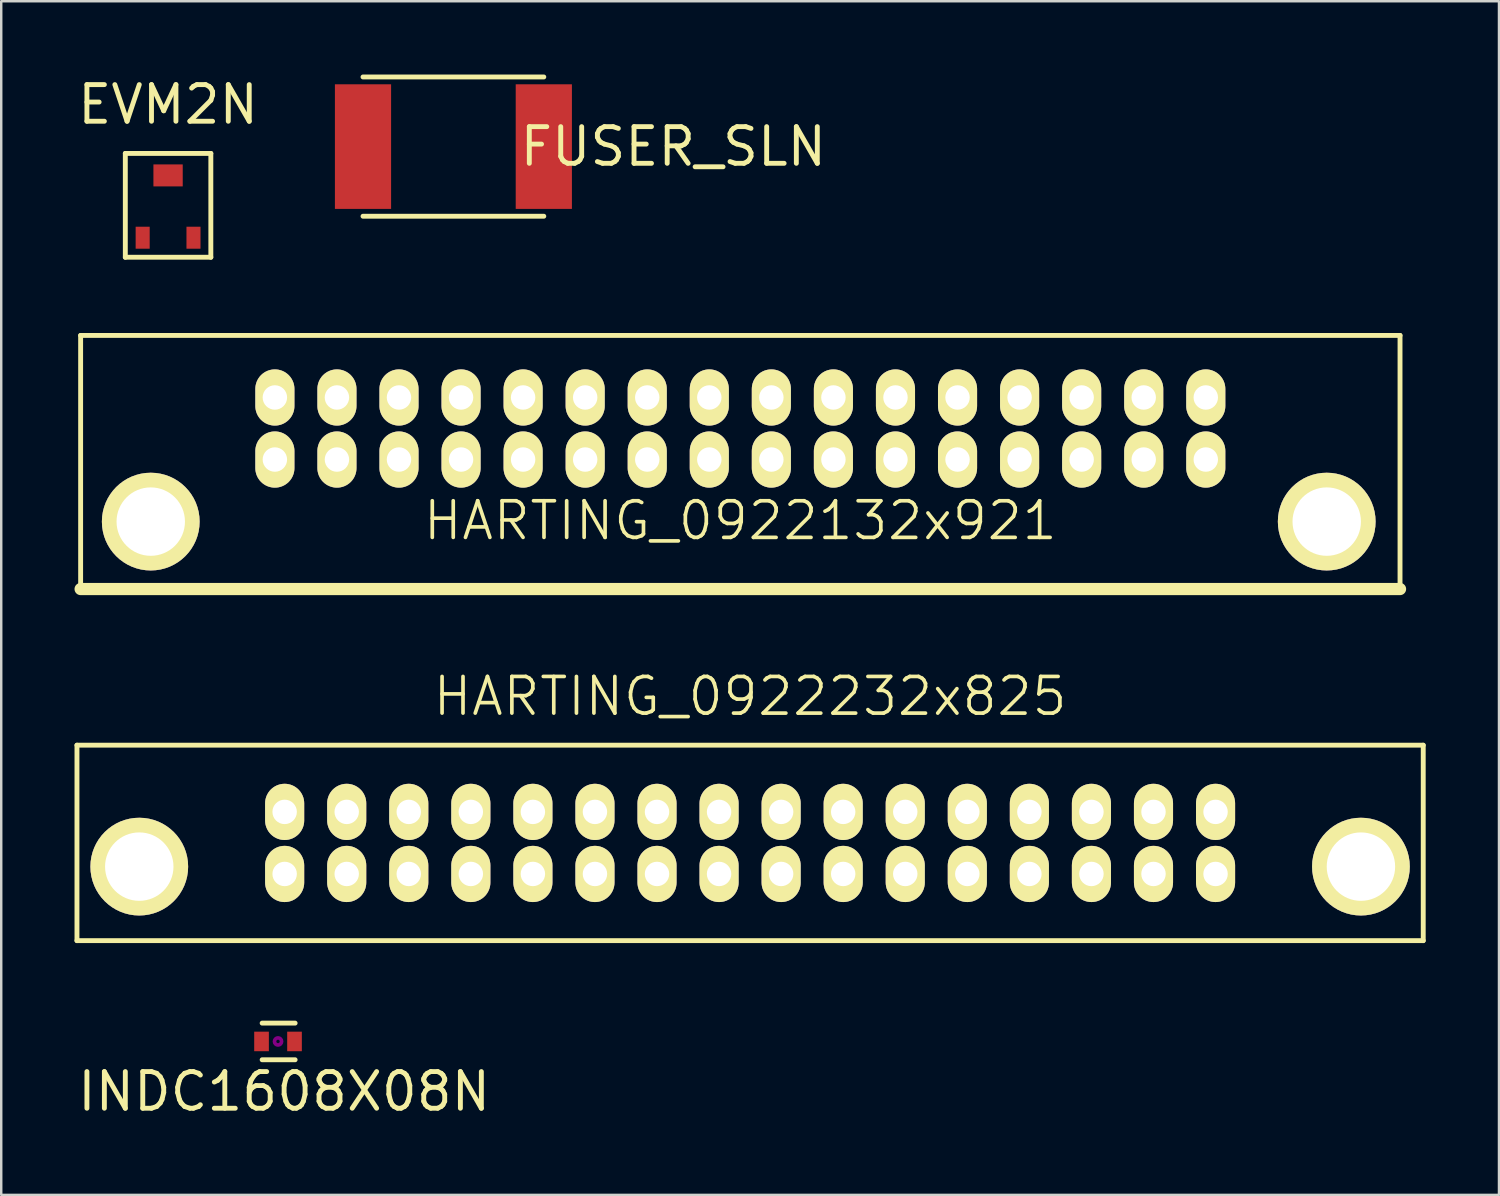
<source format=kicad_pcb>
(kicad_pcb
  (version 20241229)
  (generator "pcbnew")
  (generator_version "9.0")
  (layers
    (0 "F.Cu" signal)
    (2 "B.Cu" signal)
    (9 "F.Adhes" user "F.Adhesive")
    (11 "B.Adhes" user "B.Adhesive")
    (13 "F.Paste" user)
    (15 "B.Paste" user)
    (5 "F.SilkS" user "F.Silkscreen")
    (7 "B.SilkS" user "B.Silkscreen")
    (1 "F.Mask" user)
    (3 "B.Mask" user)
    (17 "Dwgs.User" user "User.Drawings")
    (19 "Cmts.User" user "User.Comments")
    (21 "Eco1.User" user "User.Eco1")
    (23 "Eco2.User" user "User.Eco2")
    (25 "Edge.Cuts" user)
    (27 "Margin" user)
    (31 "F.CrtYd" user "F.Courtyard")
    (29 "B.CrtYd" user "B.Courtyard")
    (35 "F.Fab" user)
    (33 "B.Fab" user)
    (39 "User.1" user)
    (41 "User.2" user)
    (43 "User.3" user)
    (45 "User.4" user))
  (footprint "INDC1608X08N"
    (layer "F.Cu")
    (at 8.329 39.574)
    (property "Reference" "INDC1608X08N" (at 0.25 2.05 0) (layer "F.SilkS") (effects (font (size 1.5 1.5) (thickness 0.2))))
    (attr through_hole)
    (fp_line (start -0.65 -0.75) (end 0.7 -0.75) (stroke (width 0.2) (type solid)) (layer "F.SilkS"))
    (fp_line (start -0.65 0.75) (end 0.7 0.75) (stroke (width 0.2) (type solid)) (layer "F.SilkS"))
    (fp_circle (center 0 0) (end 0.05 -0.05) (stroke (width 0.15) (type solid)) (fill no) (layer "F.Adhes"))
    (fp_line (start -1.25 -1) (end 1.25 -1) (stroke (width 0.05) (type solid)) (layer "Margin"))
    (fp_line (start -1.25 1.1) (end -1.25 -1) (stroke (width 0.05) (type solid)) (layer "Margin"))
    (fp_line (start 1.25 -1) (end 1.25 1.1) (stroke (width 0.05) (type solid)) (layer "Margin"))
    (fp_line (start 1.25 1.1) (end -1.25 1.1) (stroke (width 0.05) (type solid)) (layer "Margin"))
    (pad "1" smd rect (at -0.675 0) (size 0.6 0.8) (layers "F.Cu" "F.Mask" "F.Paste"))
    (pad "2" smd rect (at 0.675 0) (size 0.6 0.8) (layers "F.Cu" "F.Mask" "F.Paste")))
  (footprint "FUSER_SLN"
    (layer "F.Cu")
    (at 15.507 2.95)
    (property "Reference" "FUSER_SLN" (at 9 0 0) (layer "F.SilkS") (effects (font (size 1.5 1.5) (thickness 0.2))))
    (attr through_hole)
    (fp_line (start -3.7 -2.85) (end 3.7 -2.85) (stroke (width 0.2) (type solid)) (layer "F.SilkS"))
    (fp_line (start -3.7 2.85) (end 3.7 2.85) (stroke (width 0.2) (type solid)) (layer "F.SilkS"))
    (pad "1" smd rect (at -3.7 0) (size 2.3 5.1) (layers "F.Cu" "F.Mask" "F.Paste"))
    (pad "2" smd rect (at 3.7 0) (size 2.3 5.1) (layers "F.Cu" "F.Mask" "F.Paste")))
  (footprint "HARTING_0922132x921"
    (layer "F.Cu")
    (at 27.25 15.758)
    (property "Reference" "HARTING_0922132x921" (at 0 2.5 0) (layer "F.SilkS") (effects (font (size 1.5 1.5) (thickness 0.15))))
    (attr through_hole)
    (fp_line (start -27 -5.08) (end -27 5.3) (stroke (width 0.2) (type solid)) (layer "F.SilkS"))
    (fp_line (start -27 -5.08) (end 27 -5.08) (stroke (width 0.2) (type solid)) (layer "F.SilkS"))
    (fp_line (start -27 5.3) (end 27 5.3) (stroke (width 0.5) (type solid)) (layer "F.SilkS"))
    (fp_line (start 27 -5.08) (end 27 5.3) (stroke (width 0.2) (type solid)) (layer "F.SilkS"))
    (pad "" np_thru_hole circle (at -24.13 2.54) (size 4 4) (drill 2.8) (layers "*.Cu" "*.Mask" "F.SilkS"))
    (pad "" np_thru_hole circle (at 24 2.54) (size 4 4) (drill 2.8) (layers "*.Cu" "*.Mask" "F.SilkS"))
    (pad "A1" thru_hole oval (at 19.05 0) (size 1.6 2.3) (drill 1) (layers "*.Cu" "*.Mask" "F.SilkS"))
    (pad "A2" thru_hole oval (at 16.51 0) (size 1.6 2.3) (drill 1) (layers "*.Cu" "*.Mask" "F.SilkS"))
    (pad "A3" thru_hole oval (at 13.97 0) (size 1.6 2.3) (drill 1) (layers "*.Cu" "*.Mask" "F.SilkS"))
    (pad "A4" thru_hole oval (at 11.43 0) (size 1.6 2.3) (drill 1) (layers "*.Cu" "*.Mask" "F.SilkS"))
    (pad "A5" thru_hole oval (at 8.89 0) (size 1.6 2.3) (drill 1) (layers "*.Cu" "*.Mask" "F.SilkS"))
    (pad "A6" thru_hole oval (at 6.35 0) (size 1.6 2.3) (drill 1) (layers "*.Cu" "*.Mask" "F.SilkS"))
    (pad "A7" thru_hole oval (at 3.81 0) (size 1.6 2.3) (drill 1) (layers "*.Cu" "*.Mask" "F.SilkS"))
    (pad "A8" thru_hole oval (at 1.27 0) (size 1.6 2.3) (drill 1) (layers "*.Cu" "*.Mask" "F.SilkS"))
    (pad "A9" thru_hole oval (at -1.27 0) (size 1.6 2.3) (drill 1) (layers "*.Cu" "*.Mask" "F.SilkS"))
    (pad "A10" thru_hole oval (at -3.81 0) (size 1.6 2.3) (drill 1) (layers "*.Cu" "*.Mask" "F.SilkS"))
    (pad "A11" thru_hole oval (at -6.35 0) (size 1.6 2.3) (drill 1) (layers "*.Cu" "*.Mask" "F.SilkS"))
    (pad "A12" thru_hole oval (at -8.89 0) (size 1.6 2.3) (drill 1) (layers "*.Cu" "*.Mask" "F.SilkS"))
    (pad "A13" thru_hole oval (at -11.43 0) (size 1.6 2.3) (drill 1) (layers "*.Cu" "*.Mask" "F.SilkS"))
    (pad "A14" thru_hole oval (at -13.97 0) (size 1.6 2.3) (drill 1) (layers "*.Cu" "*.Mask" "F.SilkS"))
    (pad "A15" thru_hole oval (at -16.51 0) (size 1.6 2.3) (drill 1) (layers "*.Cu" "*.Mask" "F.SilkS"))
    (pad "A16" thru_hole oval (at -19.05 0) (size 1.6 2.3) (drill 1) (layers "*.Cu" "*.Mask" "F.SilkS"))
    (pad "B1" thru_hole oval (at 19.05 -2.54) (size 1.6 2.3) (drill 1) (layers "*.Cu" "*.Mask" "F.SilkS"))
    (pad "B2" thru_hole oval (at 16.51 -2.54) (size 1.6 2.3) (drill 1) (layers "*.Cu" "*.Mask" "F.SilkS"))
    (pad "B3" thru_hole oval (at 13.97 -2.54) (size 1.6 2.3) (drill 1) (layers "*.Cu" "*.Mask" "F.SilkS"))
    (pad "B4" thru_hole oval (at 11.43 -2.54) (size 1.6 2.3) (drill 1) (layers "*.Cu" "*.Mask" "F.SilkS"))
    (pad "B5" thru_hole oval (at 8.89 -2.54) (size 1.6 2.3) (drill 1) (layers "*.Cu" "*.Mask" "F.SilkS"))
    (pad "B6" thru_hole oval (at 6.35 -2.54) (size 1.6 2.3) (drill 1) (layers "*.Cu" "*.Mask" "F.SilkS"))
    (pad "B7" thru_hole oval (at 3.81 -2.54) (size 1.6 2.3) (drill 1) (layers "*.Cu" "*.Mask" "F.SilkS"))
    (pad "B8" thru_hole oval (at 1.27 -2.54) (size 1.6 2.3) (drill 1) (layers "*.Cu" "*.Mask" "F.SilkS"))
    (pad "B9" thru_hole oval (at -1.27 -2.54) (size 1.6 2.3) (drill 1) (layers "*.Cu" "*.Mask" "F.SilkS"))
    (pad "B10" thru_hole oval (at -3.81 -2.54) (size 1.6 2.3) (drill 1) (layers "*.Cu" "*.Mask" "F.SilkS"))
    (pad "B11" thru_hole oval (at -6.35 -2.54) (size 1.6 2.3) (drill 1) (layers "*.Cu" "*.Mask" "F.SilkS"))
    (pad "B12" thru_hole oval (at -8.89 -2.54) (size 1.6 2.3) (drill 1) (layers "*.Cu" "*.Mask" "F.SilkS"))
    (pad "B13" thru_hole oval (at -11.43 -2.54) (size 1.6 2.3) (drill 1) (layers "*.Cu" "*.Mask" "F.SilkS"))
    (pad "B14" thru_hole oval (at -13.97 -2.54) (size 1.6 2.3) (drill 1) (layers "*.Cu" "*.Mask" "F.SilkS"))
    (pad "B15" thru_hole oval (at -16.51 -2.54) (size 1.6 2.3) (drill 1) (layers "*.Cu" "*.Mask" "F.SilkS"))
    (pad "B16" thru_hole oval (at -19.05 -2.54) (size 1.6 2.3) (drill 1) (layers "*.Cu" "*.Mask" "F.SilkS")))
  (footprint "HARTING_0922232x825"
    (layer "F.Cu")
    (at 27.65 31.449)
    (property "Reference" "HARTING_0922232x825" (at 0 -6 0) (layer "F.SilkS") (effects (font (size 1.5 1.5) (thickness 0.15))))
    (attr through_hole)
    (fp_line (start -27.55 -4) (end 27.55 -4) (stroke (width 0.2) (type solid)) (layer "F.SilkS"))
    (fp_line (start -27.55 4) (end -27.55 -4) (stroke (width 0.2) (type solid)) (layer "F.SilkS"))
    (fp_line (start 27.55 -4) (end 27.55 4) (stroke (width 0.2) (type solid)) (layer "F.SilkS"))
    (fp_line (start 27.55 4) (end -27.55 4) (stroke (width 0.2) (type solid)) (layer "F.SilkS"))
    (pad "A1" thru_hole oval (at 19.05 -1.27) (size 1.6 2.3) (drill 1) (layers "*.Cu" "*.Mask" "F.SilkS"))
    (pad "A2" thru_hole oval (at 16.51 -1.27) (size 1.6 2.3) (drill 1) (layers "*.Cu" "*.Mask" "F.SilkS"))
    (pad "A3" thru_hole oval (at 13.97 -1.27) (size 1.6 2.3) (drill 1) (layers "*.Cu" "*.Mask" "F.SilkS"))
    (pad "A4" thru_hole oval (at 11.43 -1.27) (size 1.6 2.3) (drill 1) (layers "*.Cu" "*.Mask" "F.SilkS"))
    (pad "A5" thru_hole oval (at 8.89 -1.27) (size 1.6 2.3) (drill 1) (layers "*.Cu" "*.Mask" "F.SilkS"))
    (pad "A6" thru_hole oval (at 6.35 -1.27) (size 1.6 2.3) (drill 1) (layers "*.Cu" "*.Mask" "F.SilkS"))
    (pad "A7" thru_hole oval (at 3.81 -1.27) (size 1.6 2.3) (drill 1) (layers "*.Cu" "*.Mask" "F.SilkS"))
    (pad "A8" thru_hole oval (at 1.27 -1.27) (size 1.6 2.3) (drill 1) (layers "*.Cu" "*.Mask" "F.SilkS"))
    (pad "A9" thru_hole oval (at -1.27 -1.27) (size 1.6 2.3) (drill 1) (layers "*.Cu" "*.Mask" "F.SilkS"))
    (pad "A10" thru_hole oval (at -3.81 -1.27) (size 1.6 2.3) (drill 1) (layers "*.Cu" "*.Mask" "F.SilkS"))
    (pad "A11" thru_hole oval (at -6.35 -1.27) (size 1.6 2.3) (drill 1) (layers "*.Cu" "*.Mask" "F.SilkS"))
    (pad "A12" thru_hole oval (at -8.89 -1.27) (size 1.6 2.3) (drill 1) (layers "*.Cu" "*.Mask" "F.SilkS"))
    (pad "A13" thru_hole oval (at -11.43 -1.27) (size 1.6 2.3) (drill 1) (layers "*.Cu" "*.Mask" "F.SilkS"))
    (pad "A14" thru_hole oval (at -13.97 -1.27) (size 1.6 2.3) (drill 1) (layers "*.Cu" "*.Mask" "F.SilkS"))
    (pad "A15" thru_hole oval (at -16.51 -1.27) (size 1.6 2.3) (drill 1) (layers "*.Cu" "*.Mask" "F.SilkS"))
    (pad "A16" thru_hole oval (at -19.05 -1.27) (size 1.6 2.3) (drill 1) (layers "*.Cu" "*.Mask" "F.SilkS"))
    (pad "B1" thru_hole oval (at 19.05 1.27) (size 1.6 2.3) (drill 1) (layers "*.Cu" "*.Mask" "F.SilkS"))
    (pad "B2" thru_hole oval (at 16.51 1.27) (size 1.6 2.3) (drill 1) (layers "*.Cu" "*.Mask" "F.SilkS"))
    (pad "B3" thru_hole oval (at 13.97 1.27) (size 1.6 2.3) (drill 1) (layers "*.Cu" "*.Mask" "F.SilkS"))
    (pad "B4" thru_hole oval (at 11.43 1.27) (size 1.6 2.3) (drill 1) (layers "*.Cu" "*.Mask" "F.SilkS"))
    (pad "B5" thru_hole oval (at 8.89 1.27) (size 1.6 2.3) (drill 1) (layers "*.Cu" "*.Mask" "F.SilkS"))
    (pad "B6" thru_hole oval (at 6.35 1.27) (size 1.6 2.3) (drill 1) (layers "*.Cu" "*.Mask" "F.SilkS"))
    (pad "B7" thru_hole oval (at 3.81 1.27) (size 1.6 2.3) (drill 1) (layers "*.Cu" "*.Mask" "F.SilkS"))
    (pad "B8" thru_hole oval (at 1.27 1.27) (size 1.6 2.3) (drill 1) (layers "*.Cu" "*.Mask" "F.SilkS"))
    (pad "B9" thru_hole oval (at -1.27 1.27) (size 1.6 2.3) (drill 1) (layers "*.Cu" "*.Mask" "F.SilkS"))
    (pad "B10" thru_hole oval (at -3.81 1.27) (size 1.6 2.3) (drill 1) (layers "*.Cu" "*.Mask" "F.SilkS"))
    (pad "B11" thru_hole oval (at -6.35 1.27) (size 1.6 2.3) (drill 1) (layers "*.Cu" "*.Mask" "F.SilkS"))
    (pad "B12" thru_hole oval (at -8.89 1.27) (size 1.6 2.3) (drill 1) (layers "*.Cu" "*.Mask" "F.SilkS"))
    (pad "B13" thru_hole oval (at -11.43 1.27) (size 1.6 2.3) (drill 1) (layers "*.Cu" "*.Mask" "F.SilkS"))
    (pad "B14" thru_hole oval (at -13.97 1.27) (size 1.6 2.3) (drill 1) (layers "*.Cu" "*.Mask" "F.SilkS"))
    (pad "B15" thru_hole oval (at -16.51 1.27) (size 1.6 2.3) (drill 1) (layers "*.Cu" "*.Mask" "F.SilkS"))
    (pad "B16" thru_hole oval (at -19.05 1.27) (size 1.6 2.3) (drill 1) (layers "*.Cu" "*.Mask" "F.SilkS"))
    (pad "~" thru_hole circle (at -25 0.97) (size 4 4) (drill 2.8) (layers "*.Cu" "*.Mask" "F.SilkS"))
    (pad "~" thru_hole circle (at 25 0.97) (size 4 4) (drill 2.8) (layers "*.Cu" "*.Mask" "F.SilkS")))
  (footprint "EVM2N"
    (layer "F.Cu")
    (at 3.829 5.229)
    (property "Reference" "EVM2N" (at 0 -4 0) (layer "F.SilkS") (effects (font (size 1.5 1.5) (thickness 0.2))))
    (attr through_hole)
    (fp_line (start -1.75 -2) (end 1.75 -2) (stroke (width 0.2) (type solid)) (layer "F.SilkS"))
    (fp_line (start -1.75 2.25) (end -1.75 -2) (stroke (width 0.2) (type solid)) (layer "F.SilkS"))
    (fp_line (start 1.75 -2) (end 1.75 2.25) (stroke (width 0.2) (type solid)) (layer "F.SilkS"))
    (fp_line (start 1.75 2.25) (end -1.75 2.25) (stroke (width 0.2) (type solid)) (layer "F.SilkS"))
    (pad "1" smd rect (at -1.04 1.45) (size 0.575 0.9) (layers "F.Cu" "F.Mask" "F.Paste"))
    (pad "2" smd rect (at 1.04 1.45) (size 0.575 0.9) (layers "F.Cu" "F.Mask" "F.Paste"))
    (pad "3" smd rect (at 0 -1.1) (size 1.2 0.9) (layers "F.Cu" "F.Mask" "F.Paste")))
  (gr_rect
    (start -3 -3)
    (end 58.3 45.853)
    (stroke (width 0.1) (type default))
    (fill no)
    (layer "Edge.Cuts")))
</source>
